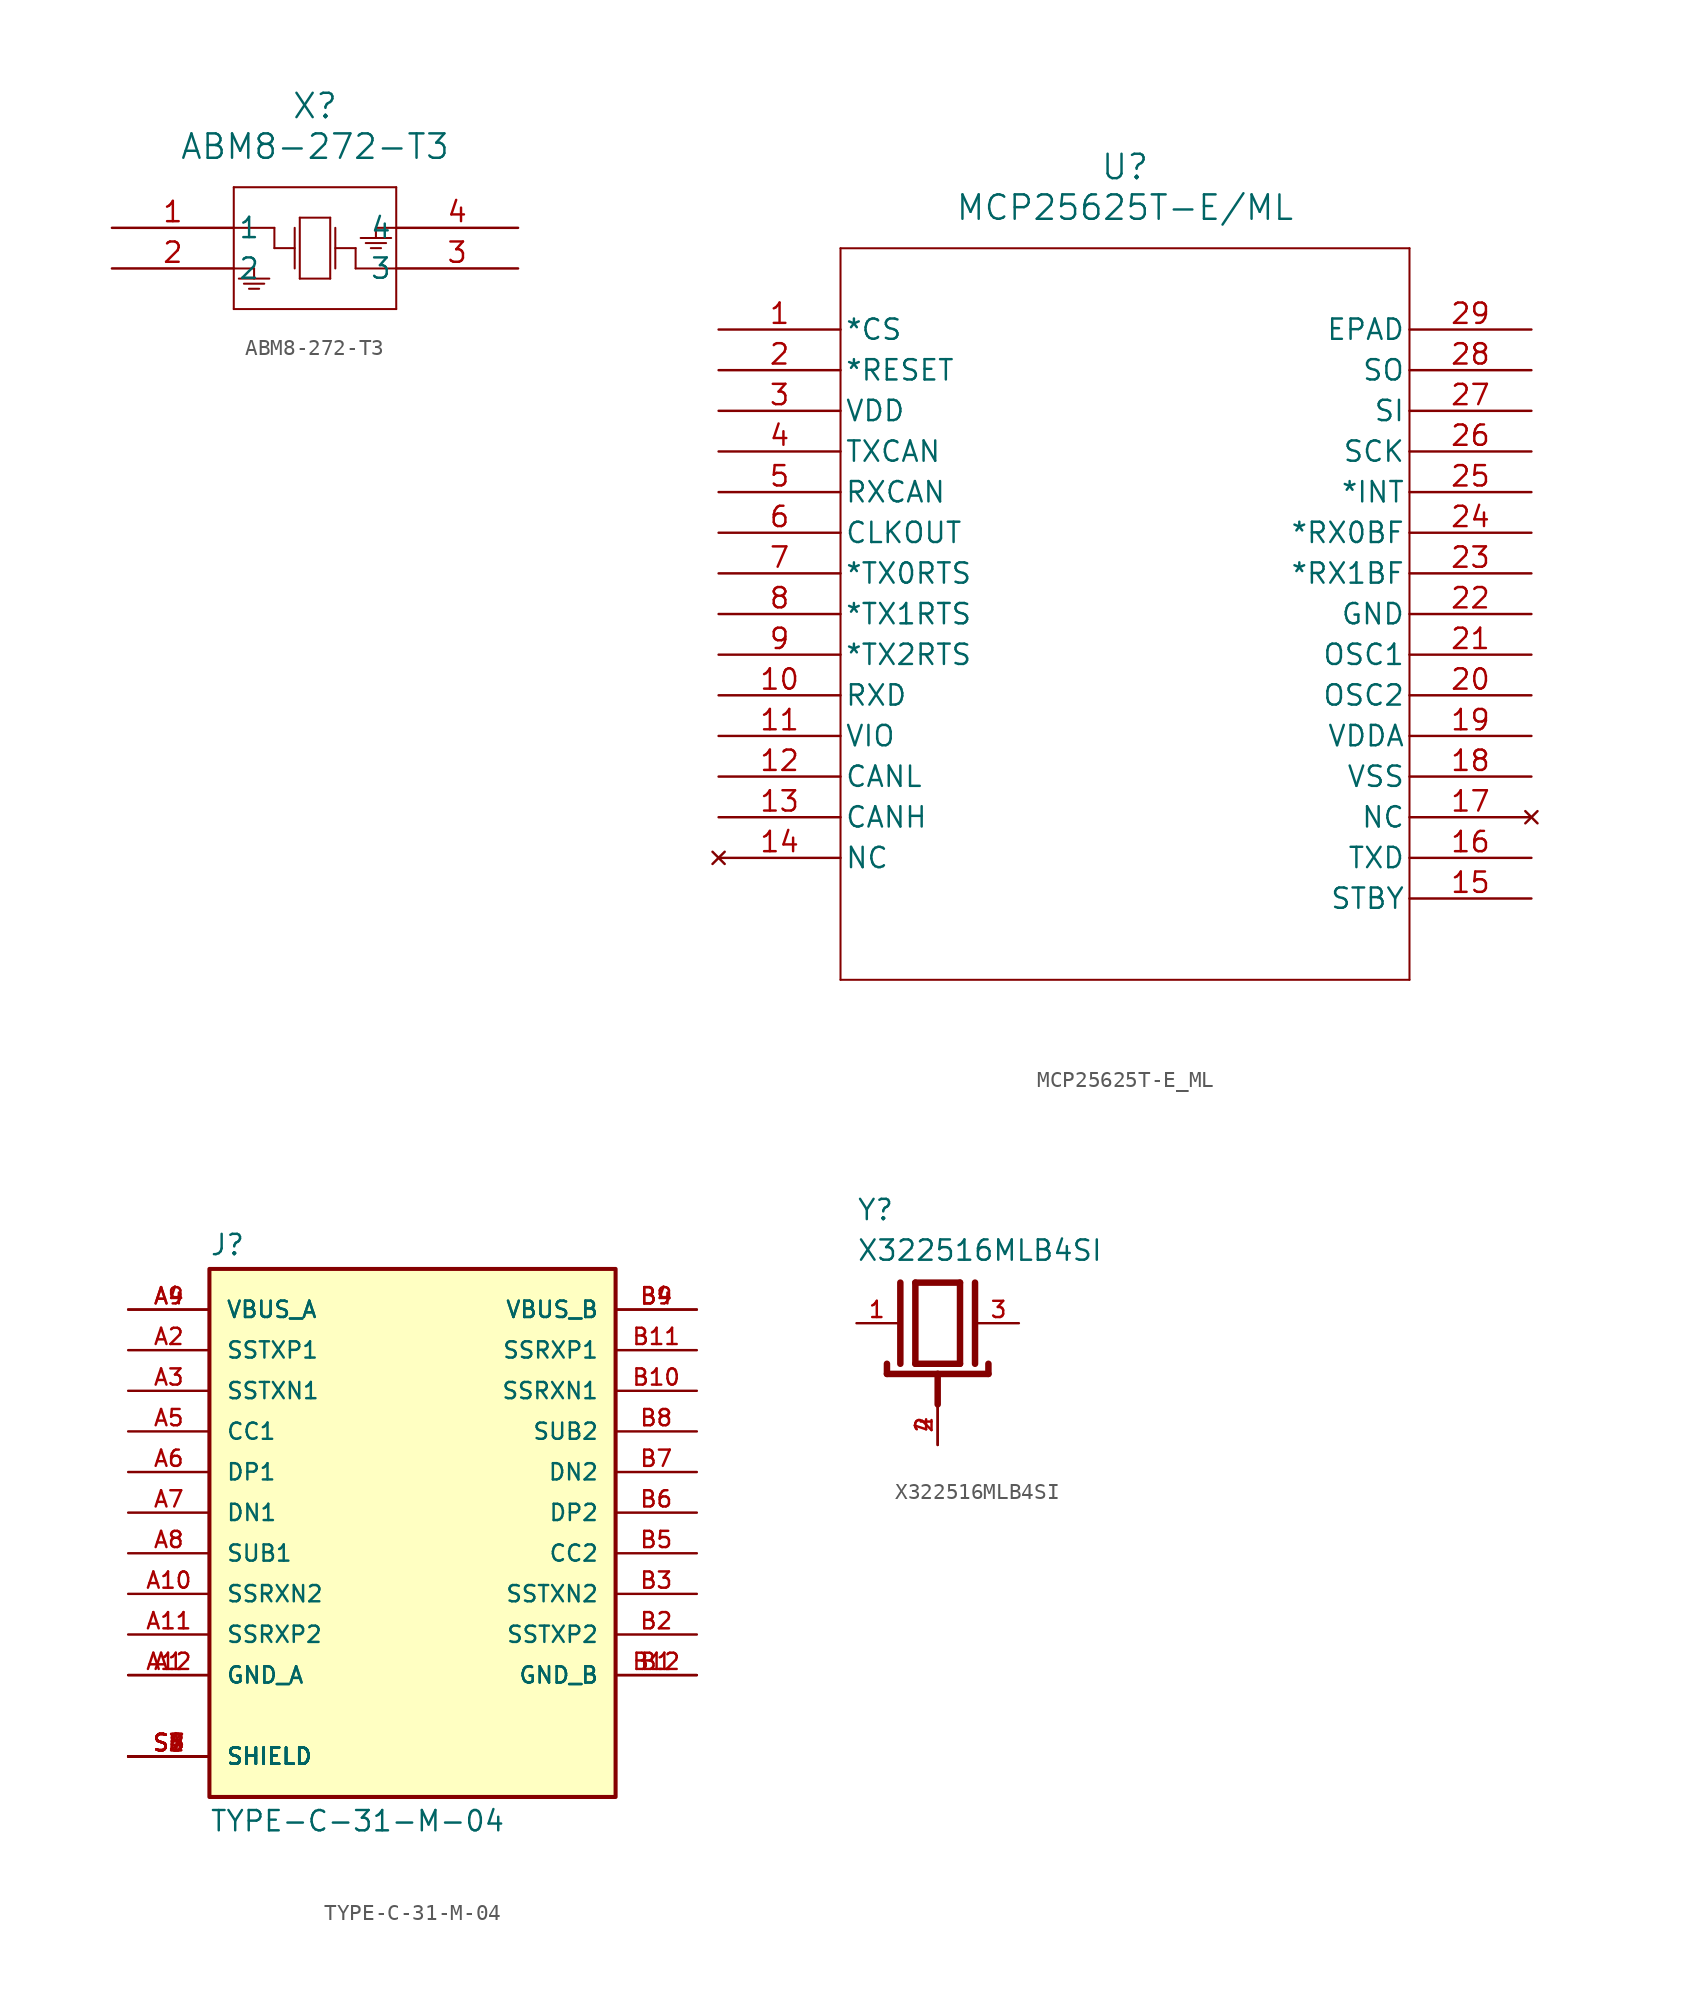
<source format=kicad_sym>
(kicad_symbol_lib
  (version 20231120)
  (generator "kicad_symbol_editor")
  (generator_version "8.0")
  (symbol "ABM8-272-T3"
    (pin_names
      (offset 0.254))
    (property "Reference" "X"
      (at 12.7 7.62 0)
      (effects (font (size 1.524 1.524))))
    (property "Value" "ABM8-272-T3"
      (at 12.7 5.08 0)
      (effects (font (size 1.524 1.524))))
    (property "ki_locked" ""
      (at 0 0 0)
      (effects (font (size 1.27 1.27))))
    (symbol "ABM8-272-T3_0_1"
      (polyline (pts (xy 7.62 -5.08) (xy 17.78 -5.08)) (stroke (width 0.127) (type default)) (fill (type none)))
      (polyline (pts (xy 7.62 -2.54) (xy 8.89 -2.54)) (stroke (width 0.127) (type default)) (fill (type none)))
      (polyline (pts (xy 7.62 2.54) (xy 7.62 -5.08)) (stroke (width 0.127) (type default)) (fill (type none)))
      (polyline (pts (xy 7.938 -3.175) (xy 9.842 -3.175)) (stroke (width 0.127) (type default)) (fill (type none)))
      (polyline (pts (xy 8.255 -3.493) (xy 9.525 -3.493)) (stroke (width 0.127) (type default)) (fill (type none)))
      (polyline (pts (xy 8.572 -3.81) (xy 9.207 -3.81)) (stroke (width 0.127) (type default)) (fill (type none)))
      (polyline (pts (xy 8.89 -2.54) (xy 8.89 -3.175)) (stroke (width 0.127) (type default)) (fill (type none)))
      (polyline (pts (xy 10.16 -1.27) (xy 10.16 0)) (stroke (width 0.127) (type default)) (fill (type none)))
      (polyline (pts (xy 10.16 0) (xy 7.62 0)) (stroke (width 0.127) (type default)) (fill (type none)))
      (polyline (pts (xy 11.43 -1.27) (xy 10.16 -1.27)) (stroke (width 0.127) (type default)) (fill (type none)))
      (polyline (pts (xy 11.43 0) (xy 11.43 -2.54)) (stroke (width 0.127) (type default)) (fill (type none)))
      (polyline (pts (xy 11.748 -3.175) (xy 13.652 -3.175)) (stroke (width 0.127) (type default)) (fill (type none)))
      (polyline (pts (xy 11.748 0.635) (xy 11.748 -3.175)) (stroke (width 0.127) (type default)) (fill (type none)))
      (polyline (pts (xy 13.652 -3.175) (xy 13.652 0.635)) (stroke (width 0.127) (type default)) (fill (type none)))
      (polyline (pts (xy 13.652 0.635) (xy 11.748 0.635)) (stroke (width 0.127) (type default)) (fill (type none)))
      (polyline (pts (xy 13.97 -1.27) (xy 15.24 -1.27)) (stroke (width 0.127) (type default)) (fill (type none)))
      (polyline (pts (xy 13.97 0) (xy 13.97 -2.54)) (stroke (width 0.127) (type default)) (fill (type none)))
      (polyline (pts (xy 15.24 -2.54) (xy 17.78 -2.54)) (stroke (width 0.127) (type default)) (fill (type none)))
      (polyline (pts (xy 15.24 -1.27) (xy 15.24 -2.54)) (stroke (width 0.127) (type default)) (fill (type none)))
      (polyline (pts (xy 16.51 0) (xy 16.51 -0.635)) (stroke (width 0.127) (type default)) (fill (type none)))
      (polyline (pts (xy 16.828 -1.27) (xy 16.192 -1.27)) (stroke (width 0.127) (type default)) (fill (type none)))
      (polyline (pts (xy 17.145 -0.953) (xy 15.875 -0.953)) (stroke (width 0.127) (type default)) (fill (type none)))
      (polyline (pts (xy 17.462 -0.635) (xy 15.557 -0.635)) (stroke (width 0.127) (type default)) (fill (type none)))
      (polyline (pts (xy 17.78 -5.08) (xy 17.78 2.54)) (stroke (width 0.127) (type default)) (fill (type none)))
      (polyline (pts (xy 17.78 0) (xy 16.51 0)) (stroke (width 0.127) (type default)) (fill (type none)))
      (polyline (pts (xy 17.78 2.54) (xy 7.62 2.54)) (stroke (width 0.127) (type default)) (fill (type none)))
      (pin unspecified line (at 0 0 0) (length 7.62) (name "1" (effects (font (size 1.27 1.27)))) (number "1" (effects (font (size 1.27 1.27)))))
      (pin unspecified line (at 0 -2.54 0) (length 7.62) (name "2" (effects (font (size 1.27 1.27)))) (number "2" (effects (font (size 1.27 1.27)))))
      (pin unspecified line (at 25.4 -2.54 180) (length 7.62) (name "3" (effects (font (size 1.27 1.27)))) (number "3" (effects (font (size 1.27 1.27)))))
      (pin unspecified line (at 25.4 0 180) (length 7.62) (name "4" (effects (font (size 1.27 1.27)))) (number "4" (effects (font (size 1.27 1.27)))))))
  (symbol "MCP25625T-E_ML"
    (pin_names
      (offset 0.254))
    (property "Reference" "U"
      (at 25.4 10.16 0)
      (effects (font (size 1.524 1.524))))
    (property "Value" "MCP25625T-E/ML"
      (at 25.4 7.62 0)
      (effects (font (size 1.524 1.524))))
    (property "ki_locked" ""
      (at 0 0 0)
      (effects (font (size 1.27 1.27))))
    (symbol "MCP25625T-E_ML_0_1"
      (polyline (pts (xy 7.62 -40.64) (xy 43.18 -40.64)) (stroke (width 0.127) (type default)) (fill (type none)))
      (polyline (pts (xy 7.62 5.08) (xy 7.62 -40.64)) (stroke (width 0.127) (type default)) (fill (type none)))
      (polyline (pts (xy 43.18 -40.64) (xy 43.18 5.08)) (stroke (width 0.127) (type default)) (fill (type none)))
      (polyline (pts (xy 43.18 5.08) (xy 7.62 5.08)) (stroke (width 0.127) (type default)) (fill (type none)))
      (pin input line (at 0 0 0) (length 7.62) (name "*CS" (effects (font (size 1.27 1.27)))) (number "1" (effects (font (size 1.27 1.27)))))
      (pin output line (at 0 -22.86 0) (length 7.62) (name "RXD" (effects (font (size 1.27 1.27)))) (number "10" (effects (font (size 1.27 1.27)))))
      (pin power_in line (at 0 -25.4 0) (length 7.62) (name "VIO" (effects (font (size 1.27 1.27)))) (number "11" (effects (font (size 1.27 1.27)))))
      (pin bidirectional line (at 0 -27.94 0) (length 7.62) (name "CANL" (effects (font (size 1.27 1.27)))) (number "12" (effects (font (size 1.27 1.27)))))
      (pin bidirectional line (at 0 -30.48 0) (length 7.62) (name "CANH" (effects (font (size 1.27 1.27)))) (number "13" (effects (font (size 1.27 1.27)))))
      (pin no_connect line (at 0 -33.02 0) (length 7.62) (name "NC" (effects (font (size 1.27 1.27)))) (number "14" (effects (font (size 1.27 1.27)))))
      (pin input line (at 50.8 -35.56 180) (length 7.62) (name "STBY" (effects (font (size 1.27 1.27)))) (number "15" (effects (font (size 1.27 1.27)))))
      (pin input line (at 50.8 -33.02 180) (length 7.62) (name "TXD" (effects (font (size 1.27 1.27)))) (number "16" (effects (font (size 1.27 1.27)))))
      (pin no_connect line (at 50.8 -30.48 180) (length 7.62) (name "NC" (effects (font (size 1.27 1.27)))) (number "17" (effects (font (size 1.27 1.27)))))
      (pin power_in line (at 50.8 -27.94 180) (length 7.62) (name "VSS" (effects (font (size 1.27 1.27)))) (number "18" (effects (font (size 1.27 1.27)))))
      (pin power_in line (at 50.8 -25.4 180) (length 7.62) (name "VDDA" (effects (font (size 1.27 1.27)))) (number "19" (effects (font (size 1.27 1.27)))))
      (pin input line (at 0 -2.54 0) (length 7.62) (name "*RESET" (effects (font (size 1.27 1.27)))) (number "2" (effects (font (size 1.27 1.27)))))
      (pin output line (at 50.8 -22.86 180) (length 7.62) (name "OSC2" (effects (font (size 1.27 1.27)))) (number "20" (effects (font (size 1.27 1.27)))))
      (pin input line (at 50.8 -20.32 180) (length 7.62) (name "OSC1" (effects (font (size 1.27 1.27)))) (number "21" (effects (font (size 1.27 1.27)))))
      (pin power_in line (at 50.8 -17.78 180) (length 7.62) (name "GND" (effects (font (size 1.27 1.27)))) (number "22" (effects (font (size 1.27 1.27)))))
      (pin output line (at 50.8 -15.24 180) (length 7.62) (name "*RX1BF" (effects (font (size 1.27 1.27)))) (number "23" (effects (font (size 1.27 1.27)))))
      (pin output line (at 50.8 -12.7 180) (length 7.62) (name "*RX0BF" (effects (font (size 1.27 1.27)))) (number "24" (effects (font (size 1.27 1.27)))))
      (pin output line (at 50.8 -10.16 180) (length 7.62) (name "*INT" (effects (font (size 1.27 1.27)))) (number "25" (effects (font (size 1.27 1.27)))))
      (pin input line (at 50.8 -7.62 180) (length 7.62) (name "SCK" (effects (font (size 1.27 1.27)))) (number "26" (effects (font (size 1.27 1.27)))))
      (pin input line (at 50.8 -5.08 180) (length 7.62) (name "SI" (effects (font (size 1.27 1.27)))) (number "27" (effects (font (size 1.27 1.27)))))
      (pin output line (at 50.8 -2.54 180) (length 7.62) (name "SO" (effects (font (size 1.27 1.27)))) (number "28" (effects (font (size 1.27 1.27)))))
      (pin unspecified line (at 50.8 0 180) (length 7.62) (name "EPAD" (effects (font (size 1.27 1.27)))) (number "29" (effects (font (size 1.27 1.27)))))
      (pin power_in line (at 0 -5.08 0) (length 7.62) (name "VDD" (effects (font (size 1.27 1.27)))) (number "3" (effects (font (size 1.27 1.27)))))
      (pin output line (at 0 -7.62 0) (length 7.62) (name "TXCAN" (effects (font (size 1.27 1.27)))) (number "4" (effects (font (size 1.27 1.27)))))
      (pin input line (at 0 -10.16 0) (length 7.62) (name "RXCAN" (effects (font (size 1.27 1.27)))) (number "5" (effects (font (size 1.27 1.27)))))
      (pin output line (at 0 -12.7 0) (length 7.62) (name "CLKOUT" (effects (font (size 1.27 1.27)))) (number "6" (effects (font (size 1.27 1.27)))))
      (pin input line (at 0 -15.24 0) (length 7.62) (name "*TX0RTS" (effects (font (size 1.27 1.27)))) (number "7" (effects (font (size 1.27 1.27)))))
      (pin input line (at 0 -17.78 0) (length 7.62) (name "*TX1RTS" (effects (font (size 1.27 1.27)))) (number "8" (effects (font (size 1.27 1.27)))))
      (pin input line (at 0 -20.32 0) (length 7.62) (name "*TX2RTS" (effects (font (size 1.27 1.27)))) (number "9" (effects (font (size 1.27 1.27)))))))
  (symbol "TYPE-C-31-M-04"
    (pin_names
      (offset 1.016))
    (property "Reference" "J"
      (at -12.7 16.002 0)
      (effects (font (size 1.27 1.27)) (justify left bottom)))
    (property "Value" "TYPE-C-31-M-04"
      (at -12.7 -18.542 0)
      (effects (font (size 1.27 1.27)) (justify left top)))
    (symbol "TYPE-C-31-M-04_0_0"
      (rectangle (start -12.7 -17.78) (end 12.7 15.24) (stroke (width 0.254) (type default)) (fill (type background)))
      (pin power_in line (at -17.78 -10.16 0) (length 5.08) (name "GND_A" (effects (font (size 1.016 1.016)))) (number "A1" (effects (font (size 1.016 1.016)))))
      (pin bidirectional line (at -17.78 -5.08 0) (length 5.08) (name "SSRXN2" (effects (font (size 1.016 1.016)))) (number "A10" (effects (font (size 1.016 1.016)))))
      (pin bidirectional line (at -17.78 -7.62 0) (length 5.08) (name "SSRXP2" (effects (font (size 1.016 1.016)))) (number "A11" (effects (font (size 1.016 1.016)))))
      (pin power_in line (at -17.78 -10.16 0) (length 5.08) (name "GND_A" (effects (font (size 1.016 1.016)))) (number "A12" (effects (font (size 1.016 1.016)))))
      (pin bidirectional line (at -17.78 10.16 0) (length 5.08) (name "SSTXP1" (effects (font (size 1.016 1.016)))) (number "A2" (effects (font (size 1.016 1.016)))))
      (pin bidirectional line (at -17.78 7.62 0) (length 5.08) (name "SSTXN1" (effects (font (size 1.016 1.016)))) (number "A3" (effects (font (size 1.016 1.016)))))
      (pin power_in line (at -17.78 12.7 0) (length 5.08) (name "VBUS_A" (effects (font (size 1.016 1.016)))) (number "A4" (effects (font (size 1.016 1.016)))))
      (pin bidirectional line (at -17.78 5.08 0) (length 5.08) (name "CC1" (effects (font (size 1.016 1.016)))) (number "A5" (effects (font (size 1.016 1.016)))))
      (pin bidirectional line (at -17.78 2.54 0) (length 5.08) (name "DP1" (effects (font (size 1.016 1.016)))) (number "A6" (effects (font (size 1.016 1.016)))))
      (pin bidirectional line (at -17.78 0 0) (length 5.08) (name "DN1" (effects (font (size 1.016 1.016)))) (number "A7" (effects (font (size 1.016 1.016)))))
      (pin bidirectional line (at -17.78 -2.54 0) (length 5.08) (name "SUB1" (effects (font (size 1.016 1.016)))) (number "A8" (effects (font (size 1.016 1.016)))))
      (pin power_in line (at -17.78 12.7 0) (length 5.08) (name "VBUS_A" (effects (font (size 1.016 1.016)))) (number "A9" (effects (font (size 1.016 1.016)))))
      (pin power_in line (at 17.78 -10.16 180) (length 5.08) (name "GND_B" (effects (font (size 1.016 1.016)))) (number "B1" (effects (font (size 1.016 1.016)))))
      (pin bidirectional line (at 17.78 7.62 180) (length 5.08) (name "SSRXN1" (effects (font (size 1.016 1.016)))) (number "B10" (effects (font (size 1.016 1.016)))))
      (pin bidirectional line (at 17.78 10.16 180) (length 5.08) (name "SSRXP1" (effects (font (size 1.016 1.016)))) (number "B11" (effects (font (size 1.016 1.016)))))
      (pin power_in line (at 17.78 -10.16 180) (length 5.08) (name "GND_B" (effects (font (size 1.016 1.016)))) (number "B12" (effects (font (size 1.016 1.016)))))
      (pin bidirectional line (at 17.78 -7.62 180) (length 5.08) (name "SSTXP2" (effects (font (size 1.016 1.016)))) (number "B2" (effects (font (size 1.016 1.016)))))
      (pin bidirectional line (at 17.78 -5.08 180) (length 5.08) (name "SSTXN2" (effects (font (size 1.016 1.016)))) (number "B3" (effects (font (size 1.016 1.016)))))
      (pin power_in line (at 17.78 12.7 180) (length 5.08) (name "VBUS_B" (effects (font (size 1.016 1.016)))) (number "B4" (effects (font (size 1.016 1.016)))))
      (pin bidirectional line (at 17.78 -2.54 180) (length 5.08) (name "CC2" (effects (font (size 1.016 1.016)))) (number "B5" (effects (font (size 1.016 1.016)))))
      (pin bidirectional line (at 17.78 0 180) (length 5.08) (name "DP2" (effects (font (size 1.016 1.016)))) (number "B6" (effects (font (size 1.016 1.016)))))
      (pin bidirectional line (at 17.78 2.54 180) (length 5.08) (name "DN2" (effects (font (size 1.016 1.016)))) (number "B7" (effects (font (size 1.016 1.016)))))
      (pin bidirectional line (at 17.78 5.08 180) (length 5.08) (name "SUB2" (effects (font (size 1.016 1.016)))) (number "B8" (effects (font (size 1.016 1.016)))))
      (pin power_in line (at 17.78 12.7 180) (length 5.08) (name "VBUS_B" (effects (font (size 1.016 1.016)))) (number "B9" (effects (font (size 1.016 1.016)))))
      (pin passive line (at -17.78 -15.24 0) (length 5.08) (name "SHIELD" (effects (font (size 1.016 1.016)))) (number "S1" (effects (font (size 1.016 1.016)))))
      (pin passive line (at -17.78 -15.24 0) (length 5.08) (name "SHIELD" (effects (font (size 1.016 1.016)))) (number "S2" (effects (font (size 1.016 1.016)))))
      (pin passive line (at -17.78 -15.24 0) (length 5.08) (name "SHIELD" (effects (font (size 1.016 1.016)))) (number "S3" (effects (font (size 1.016 1.016)))))
      (pin passive line (at -17.78 -15.24 0) (length 5.08) (name "SHIELD" (effects (font (size 1.016 1.016)))) (number "S4" (effects (font (size 1.016 1.016)))))
      (pin passive line (at -17.78 -15.24 0) (length 5.08) (name "SHIELD" (effects (font (size 1.016 1.016)))) (number "S5" (effects (font (size 1.016 1.016)))))
      (pin passive line (at -17.78 -15.24 0) (length 5.08) (name "SHIELD" (effects (font (size 1.016 1.016)))) (number "S6" (effects (font (size 1.016 1.016)))))
      (pin passive line (at -17.78 -15.24 0) (length 5.08) (name "SHIELD" (effects (font (size 1.016 1.016)))) (number "S7" (effects (font (size 1.016 1.016)))))
      (pin passive line (at -17.78 -15.24 0) (length 5.08) (name "SHIELD" (effects (font (size 1.016 1.016)))) (number "S8" (effects (font (size 1.016 1.016)))))))
  (symbol "X322516MLB4SI"
    (pin_names
      (offset 1.016))
    (property "Reference" "Y"
      (at -5.08 6.35 0)
      (effects (font (size 1.27 1.27)) (justify left bottom)))
    (property "Value" "X322516MLB4SI"
      (at -5.08 3.81 0)
      (effects (font (size 1.27 1.27)) (justify left bottom)))
    (symbol "X322516MLB4SI_0_0"
      (polyline (pts (xy -3.175 -3.175) (xy 0 -3.175)) (stroke (width 0.406) (type default)) (fill (type none)))
      (polyline (pts (xy -3.175 -2.54) (xy -3.175 -3.175)) (stroke (width 0.406) (type default)) (fill (type none)))
      (polyline (pts (xy -2.337 2.54) (xy -2.337 -2.54)) (stroke (width 0.406) (type default)) (fill (type none)))
      (polyline (pts (xy -1.397 2.54) (xy -1.397 -2.54)) (stroke (width 0.406) (type default)) (fill (type none)))
      (polyline (pts (xy -1.397 2.54) (xy 1.397 2.54)) (stroke (width 0.406) (type default)) (fill (type none)))
      (polyline (pts (xy 0 -5.08) (xy 0 -3.175)) (stroke (width 0.406) (type default)) (fill (type none)))
      (polyline (pts (xy 0 -3.175) (xy 3.175 -3.175)) (stroke (width 0.406) (type default)) (fill (type none)))
      (polyline (pts (xy 1.397 -2.54) (xy -1.397 -2.54)) (stroke (width 0.406) (type default)) (fill (type none)))
      (polyline (pts (xy 1.397 2.54) (xy 1.397 -2.54)) (stroke (width 0.406) (type default)) (fill (type none)))
      (polyline (pts (xy 2.337 2.54) (xy 2.337 -2.54)) (stroke (width 0.406) (type default)) (fill (type none)))
      (polyline (pts (xy 3.175 -3.175) (xy 3.175 -2.54)) (stroke (width 0.406) (type default)) (fill (type none)))
      (pin passive line (at -5.08 0 0) (length 2.54) (name "~" (effects (font (size 1.016 1.016)))) (number "1" (effects (font (size 1.016 1.016)))))
      (pin power_in line (at 0 -7.62 90) (length 2.54) (name "~" (effects (font (size 1.016 1.016)))) (number "2" (effects (font (size 1.016 1.016)))))
      (pin passive line (at 5.08 0 180) (length 2.54) (name "~" (effects (font (size 1.016 1.016)))) (number "3" (effects (font (size 1.016 1.016)))))
      (pin power_in line (at 0 -7.62 90) (length 2.54) (name "~" (effects (font (size 1.016 1.016)))) (number "4" (effects (font (size 1.016 1.016))))))))
</source>
